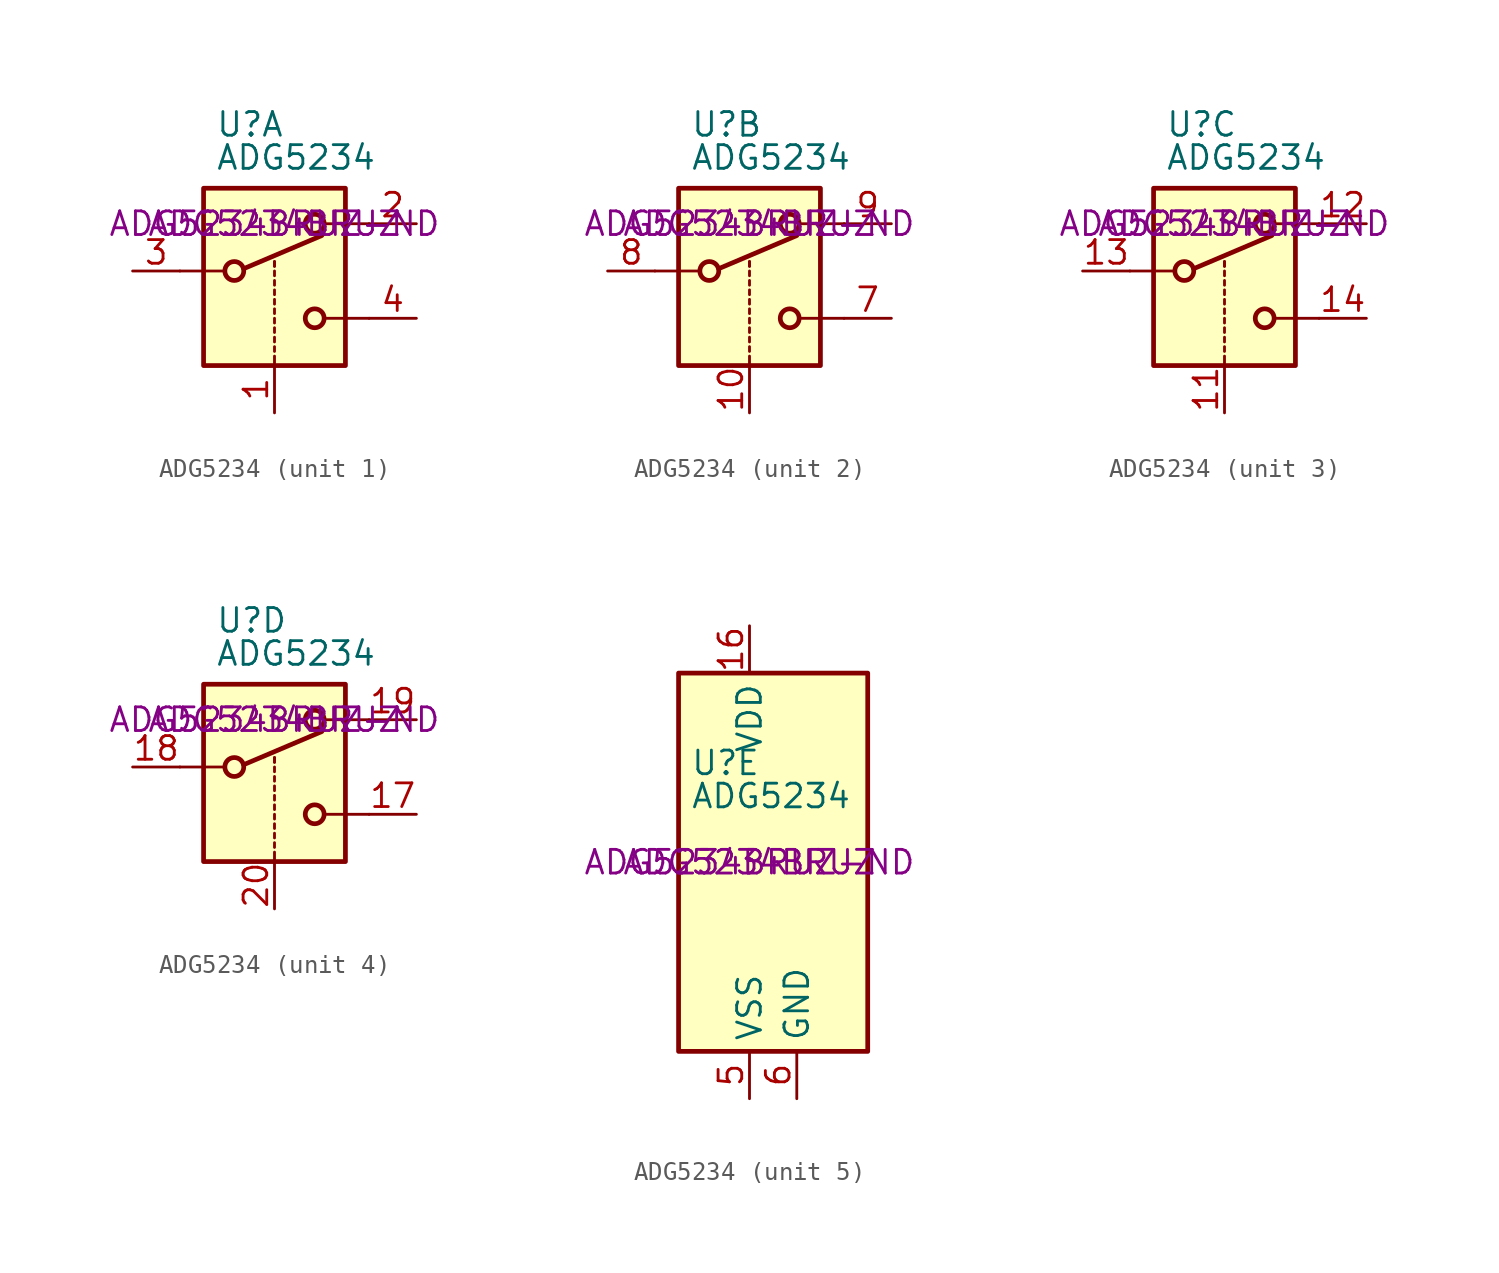
<source format=kicad_sym>
(kicad_symbol_lib
  (version 20211014)
  (generator kicad_symbol_editor)
  (symbol "ADG5234"
    (property "Reference" "U"
      (at -3.175 5.334 0)
      (effects (font (size 1.27 1.27)) (justify left)))
    (property "Value" "ADG5234"
      (at -3.175 3.556 0)
      (effects (font (size 1.27 1.27)) (justify left)))
    (property "Digikey" "ADG5234BRUZ-ND"
      (at 0 0 0)
      (effects (font (size 1.27 1.27))))
    (property "Manufacturer" "ADG5234BRUZ"
      (at 0 0 0)
      (effects (font (size 1.27 1.27))))
    (symbol "ADG5234_1_1"
      (rectangle (start -3.81 1.905) (end 3.81 -7.62) (stroke (width 0.254) (type default) (color 0 0 0 0)) (fill (type background)))
      (circle (center -2.159 -2.54) (radius 0.508) (stroke (width 0.254) (type default) (color 0 0 0 0)) (fill (type none)))
      (polyline (pts (xy -5.08 -2.54) (xy -2.794 -2.54)) (stroke (width 0) (type default) (color 0 0 0 0)) (fill (type none)))
      (polyline (pts (xy -1.651 -2.413) (xy 2.54 -0.635)) (stroke (width 0.254) (type default) (color 0 0 0 0)) (fill (type none)))
      (polyline (pts (xy 0 -7.62) (xy 0 -7.112)) (stroke (width 0) (type default) (color 0 0 0 0)) (fill (type none)))
      (polyline (pts (xy 0 -6.858) (xy 0 -6.604)) (stroke (width 0) (type default) (color 0 0 0 0)) (fill (type none)))
      (polyline (pts (xy 0 -6.35) (xy 0 -6.096)) (stroke (width 0) (type default) (color 0 0 0 0)) (fill (type none)))
      (polyline (pts (xy 0 -5.842) (xy 0 -5.588)) (stroke (width 0) (type default) (color 0 0 0 0)) (fill (type none)))
      (polyline (pts (xy 0 -5.334) (xy 0 -5.08)) (stroke (width 0) (type default) (color 0 0 0 0)) (fill (type none)))
      (polyline (pts (xy 0 -4.826) (xy 0 -4.572)) (stroke (width 0) (type default) (color 0 0 0 0)) (fill (type none)))
      (polyline (pts (xy 0 -4.318) (xy 0 -4.064)) (stroke (width 0) (type default) (color 0 0 0 0)) (fill (type none)))
      (polyline (pts (xy 0 -3.81) (xy 0 -3.556)) (stroke (width 0) (type default) (color 0 0 0 0)) (fill (type none)))
      (polyline (pts (xy 0 -3.302) (xy 0 -3.048)) (stroke (width 0) (type default) (color 0 0 0 0)) (fill (type none)))
      (polyline (pts (xy 0 -2.794) (xy 0 -2.54)) (stroke (width 0) (type default) (color 0 0 0 0)) (fill (type none)))
      (polyline (pts (xy 0 -2.286) (xy 0 -2.032)) (stroke (width 0) (type default) (color 0 0 0 0)) (fill (type none)))
      (polyline (pts (xy 0 -2.286) (xy 0 -2.032)) (stroke (width 0) (type default) (color 0 0 0 0)) (fill (type none)))
      (polyline (pts (xy 5.08 -5.08) (xy 2.794 -5.08)) (stroke (width 0) (type default) (color 0 0 0 0)) (fill (type none)))
      (polyline (pts (xy 5.08 0) (xy 2.794 0)) (stroke (width 0) (type default) (color 0 0 0 0)) (fill (type none)))
      (circle (center 2.159 -5.08) (radius 0.508) (stroke (width 0.254) (type default) (color 0 0 0 0)) (fill (type none)))
      (circle (center 2.159 0) (radius 0.508) (stroke (width 0.254) (type default) (color 0 0 0 0)) (fill (type none)))
      (pin input line (at 0 -10.16 90) (length 2.54) (name "~" (effects (font (size 1.27 1.27)))) (number "1" (effects (font (size 1.27 1.27)))))
      (pin passive line (at 7.62 0 180) (length 2.54) (name "~" (effects (font (size 1.27 1.27)))) (number "2" (effects (font (size 1.27 1.27)))))
      (pin passive line (at -7.62 -2.54 0) (length 2.54) (name "~" (effects (font (size 1.27 1.27)))) (number "3" (effects (font (size 1.27 1.27)))))
      (pin passive line (at 7.62 -5.08 180) (length 2.54) (name "~" (effects (font (size 1.27 1.27)))) (number "4" (effects (font (size 1.27 1.27))))))
    (symbol "ADG5234_2_1"
      (rectangle (start -3.81 1.905) (end 3.81 -7.62) (stroke (width 0.254) (type default) (color 0 0 0 0)) (fill (type background)))
      (circle (center -2.159 -2.54) (radius 0.508) (stroke (width 0.254) (type default) (color 0 0 0 0)) (fill (type none)))
      (polyline (pts (xy -5.08 -2.54) (xy -2.794 -2.54)) (stroke (width 0) (type default) (color 0 0 0 0)) (fill (type none)))
      (polyline (pts (xy -1.651 -2.413) (xy 2.54 -0.635)) (stroke (width 0.254) (type default) (color 0 0 0 0)) (fill (type none)))
      (polyline (pts (xy 0 -7.62) (xy 0 -7.112)) (stroke (width 0) (type default) (color 0 0 0 0)) (fill (type none)))
      (polyline (pts (xy 0 -6.858) (xy 0 -6.604)) (stroke (width 0) (type default) (color 0 0 0 0)) (fill (type none)))
      (polyline (pts (xy 0 -6.35) (xy 0 -6.096)) (stroke (width 0) (type default) (color 0 0 0 0)) (fill (type none)))
      (polyline (pts (xy 0 -5.842) (xy 0 -5.588)) (stroke (width 0) (type default) (color 0 0 0 0)) (fill (type none)))
      (polyline (pts (xy 0 -5.334) (xy 0 -5.08)) (stroke (width 0) (type default) (color 0 0 0 0)) (fill (type none)))
      (polyline (pts (xy 0 -4.826) (xy 0 -4.572)) (stroke (width 0) (type default) (color 0 0 0 0)) (fill (type none)))
      (polyline (pts (xy 0 -4.318) (xy 0 -4.064)) (stroke (width 0) (type default) (color 0 0 0 0)) (fill (type none)))
      (polyline (pts (xy 0 -3.81) (xy 0 -3.556)) (stroke (width 0) (type default) (color 0 0 0 0)) (fill (type none)))
      (polyline (pts (xy 0 -3.302) (xy 0 -3.048)) (stroke (width 0) (type default) (color 0 0 0 0)) (fill (type none)))
      (polyline (pts (xy 0 -2.794) (xy 0 -2.54)) (stroke (width 0) (type default) (color 0 0 0 0)) (fill (type none)))
      (polyline (pts (xy 0 -2.286) (xy 0 -2.032)) (stroke (width 0) (type default) (color 0 0 0 0)) (fill (type none)))
      (polyline (pts (xy 0 -2.286) (xy 0 -2.032)) (stroke (width 0) (type default) (color 0 0 0 0)) (fill (type none)))
      (polyline (pts (xy 5.08 -5.08) (xy 2.794 -5.08)) (stroke (width 0) (type default) (color 0 0 0 0)) (fill (type none)))
      (polyline (pts (xy 5.08 0) (xy 2.794 0)) (stroke (width 0) (type default) (color 0 0 0 0)) (fill (type none)))
      (circle (center 2.159 -5.08) (radius 0.508) (stroke (width 0.254) (type default) (color 0 0 0 0)) (fill (type none)))
      (circle (center 2.159 0) (radius 0.508) (stroke (width 0.254) (type default) (color 0 0 0 0)) (fill (type none)))
      (pin input line (at 0 -10.16 90) (length 2.54) (name "~" (effects (font (size 1.27 1.27)))) (number "10" (effects (font (size 1.27 1.27)))))
      (pin passive line (at 7.62 -5.08 180) (length 2.54) (name "~" (effects (font (size 1.27 1.27)))) (number "7" (effects (font (size 1.27 1.27)))))
      (pin passive line (at -7.62 -2.54 0) (length 2.54) (name "~" (effects (font (size 1.27 1.27)))) (number "8" (effects (font (size 1.27 1.27)))))
      (pin passive line (at 7.62 0 180) (length 2.54) (name "~" (effects (font (size 1.27 1.27)))) (number "9" (effects (font (size 1.27 1.27))))))
    (symbol "ADG5234_3_1"
      (rectangle (start -3.81 1.905) (end 3.81 -7.62) (stroke (width 0.254) (type default) (color 0 0 0 0)) (fill (type background)))
      (circle (center -2.159 -2.54) (radius 0.508) (stroke (width 0.254) (type default) (color 0 0 0 0)) (fill (type none)))
      (polyline (pts (xy -5.08 -2.54) (xy -2.794 -2.54)) (stroke (width 0) (type default) (color 0 0 0 0)) (fill (type none)))
      (polyline (pts (xy -1.651 -2.413) (xy 2.54 -0.635)) (stroke (width 0.254) (type default) (color 0 0 0 0)) (fill (type none)))
      (polyline (pts (xy 0 -7.62) (xy 0 -7.112)) (stroke (width 0) (type default) (color 0 0 0 0)) (fill (type none)))
      (polyline (pts (xy 0 -6.858) (xy 0 -6.604)) (stroke (width 0) (type default) (color 0 0 0 0)) (fill (type none)))
      (polyline (pts (xy 0 -6.35) (xy 0 -6.096)) (stroke (width 0) (type default) (color 0 0 0 0)) (fill (type none)))
      (polyline (pts (xy 0 -5.842) (xy 0 -5.588)) (stroke (width 0) (type default) (color 0 0 0 0)) (fill (type none)))
      (polyline (pts (xy 0 -5.334) (xy 0 -5.08)) (stroke (width 0) (type default) (color 0 0 0 0)) (fill (type none)))
      (polyline (pts (xy 0 -4.826) (xy 0 -4.572)) (stroke (width 0) (type default) (color 0 0 0 0)) (fill (type none)))
      (polyline (pts (xy 0 -4.318) (xy 0 -4.064)) (stroke (width 0) (type default) (color 0 0 0 0)) (fill (type none)))
      (polyline (pts (xy 0 -3.81) (xy 0 -3.556)) (stroke (width 0) (type default) (color 0 0 0 0)) (fill (type none)))
      (polyline (pts (xy 0 -3.302) (xy 0 -3.048)) (stroke (width 0) (type default) (color 0 0 0 0)) (fill (type none)))
      (polyline (pts (xy 0 -2.794) (xy 0 -2.54)) (stroke (width 0) (type default) (color 0 0 0 0)) (fill (type none)))
      (polyline (pts (xy 0 -2.286) (xy 0 -2.032)) (stroke (width 0) (type default) (color 0 0 0 0)) (fill (type none)))
      (polyline (pts (xy 0 -2.286) (xy 0 -2.032)) (stroke (width 0) (type default) (color 0 0 0 0)) (fill (type none)))
      (polyline (pts (xy 5.08 -5.08) (xy 2.794 -5.08)) (stroke (width 0) (type default) (color 0 0 0 0)) (fill (type none)))
      (polyline (pts (xy 5.08 0) (xy 2.794 0)) (stroke (width 0) (type default) (color 0 0 0 0)) (fill (type none)))
      (circle (center 2.159 -5.08) (radius 0.508) (stroke (width 0.254) (type default) (color 0 0 0 0)) (fill (type none)))
      (circle (center 2.159 0) (radius 0.508) (stroke (width 0.254) (type default) (color 0 0 0 0)) (fill (type none)))
      (pin input line (at 0 -10.16 90) (length 2.54) (name "~" (effects (font (size 1.27 1.27)))) (number "11" (effects (font (size 1.27 1.27)))))
      (pin passive line (at 7.62 0 180) (length 2.54) (name "~" (effects (font (size 1.27 1.27)))) (number "12" (effects (font (size 1.27 1.27)))))
      (pin passive line (at -7.62 -2.54 0) (length 2.54) (name "~" (effects (font (size 1.27 1.27)))) (number "13" (effects (font (size 1.27 1.27)))))
      (pin passive line (at 7.62 -5.08 180) (length 2.54) (name "~" (effects (font (size 1.27 1.27)))) (number "14" (effects (font (size 1.27 1.27))))))
    (symbol "ADG5234_4_1"
      (rectangle (start -3.81 1.905) (end 3.81 -7.62) (stroke (width 0.254) (type default) (color 0 0 0 0)) (fill (type background)))
      (circle (center -2.159 -2.54) (radius 0.508) (stroke (width 0.254) (type default) (color 0 0 0 0)) (fill (type none)))
      (polyline (pts (xy -5.08 -2.54) (xy -2.794 -2.54)) (stroke (width 0) (type default) (color 0 0 0 0)) (fill (type none)))
      (polyline (pts (xy -1.651 -2.413) (xy 2.54 -0.635)) (stroke (width 0.254) (type default) (color 0 0 0 0)) (fill (type none)))
      (polyline (pts (xy 0 -7.62) (xy 0 -7.112)) (stroke (width 0) (type default) (color 0 0 0 0)) (fill (type none)))
      (polyline (pts (xy 0 -6.858) (xy 0 -6.604)) (stroke (width 0) (type default) (color 0 0 0 0)) (fill (type none)))
      (polyline (pts (xy 0 -6.35) (xy 0 -6.096)) (stroke (width 0) (type default) (color 0 0 0 0)) (fill (type none)))
      (polyline (pts (xy 0 -5.842) (xy 0 -5.588)) (stroke (width 0) (type default) (color 0 0 0 0)) (fill (type none)))
      (polyline (pts (xy 0 -5.334) (xy 0 -5.08)) (stroke (width 0) (type default) (color 0 0 0 0)) (fill (type none)))
      (polyline (pts (xy 0 -4.826) (xy 0 -4.572)) (stroke (width 0) (type default) (color 0 0 0 0)) (fill (type none)))
      (polyline (pts (xy 0 -4.318) (xy 0 -4.064)) (stroke (width 0) (type default) (color 0 0 0 0)) (fill (type none)))
      (polyline (pts (xy 0 -3.81) (xy 0 -3.556)) (stroke (width 0) (type default) (color 0 0 0 0)) (fill (type none)))
      (polyline (pts (xy 0 -3.302) (xy 0 -3.048)) (stroke (width 0) (type default) (color 0 0 0 0)) (fill (type none)))
      (polyline (pts (xy 0 -2.794) (xy 0 -2.54)) (stroke (width 0) (type default) (color 0 0 0 0)) (fill (type none)))
      (polyline (pts (xy 0 -2.286) (xy 0 -2.032)) (stroke (width 0) (type default) (color 0 0 0 0)) (fill (type none)))
      (polyline (pts (xy 0 -2.286) (xy 0 -2.032)) (stroke (width 0) (type default) (color 0 0 0 0)) (fill (type none)))
      (polyline (pts (xy 5.08 -5.08) (xy 2.794 -5.08)) (stroke (width 0) (type default) (color 0 0 0 0)) (fill (type none)))
      (polyline (pts (xy 5.08 0) (xy 2.794 0)) (stroke (width 0) (type default) (color 0 0 0 0)) (fill (type none)))
      (circle (center 2.159 -5.08) (radius 0.508) (stroke (width 0.254) (type default) (color 0 0 0 0)) (fill (type none)))
      (circle (center 2.159 0) (radius 0.508) (stroke (width 0.254) (type default) (color 0 0 0 0)) (fill (type none)))
      (pin passive line (at 7.62 -5.08 180) (length 2.54) (name "~" (effects (font (size 1.27 1.27)))) (number "17" (effects (font (size 1.27 1.27)))))
      (pin passive line (at -7.62 -2.54 0) (length 2.54) (name "~" (effects (font (size 1.27 1.27)))) (number "18" (effects (font (size 1.27 1.27)))))
      (pin passive line (at 7.62 0 180) (length 2.54) (name "~" (effects (font (size 1.27 1.27)))) (number "19" (effects (font (size 1.27 1.27)))))
      (pin input line (at 0 -10.16 90) (length 2.54) (name "~" (effects (font (size 1.27 1.27)))) (number "20" (effects (font (size 1.27 1.27))))))
    (symbol "ADG5234_5_0"
      (pin no_connect line (at 2.54 10.16 270) (length 2.54) hide (name "NC" (effects (font (size 1.27 1.27)))) (number "15" (effects (font (size 1.27 1.27)))))
      (pin power_in line (at 0 12.7 270) (length 2.54) (name "VDD" (effects (font (size 1.27 1.27)))) (number "16" (effects (font (size 1.27 1.27)))))
      (pin power_in line (at 0 -12.7 90) (length 2.54) (name "VSS" (effects (font (size 1.27 1.27)))) (number "5" (effects (font (size 1.27 1.27)))))
      (pin power_in line (at 2.54 -12.7 90) (length 2.54) (name "GND" (effects (font (size 1.27 1.27)))) (number "6" (effects (font (size 1.27 1.27))))))
    (symbol "ADG5234_5_1"
      (rectangle (start -3.81 10.16) (end 6.35 -10.16) (stroke (width 0.254) (type default) (color 0 0 0 0)) (fill (type background))))))
</source>
